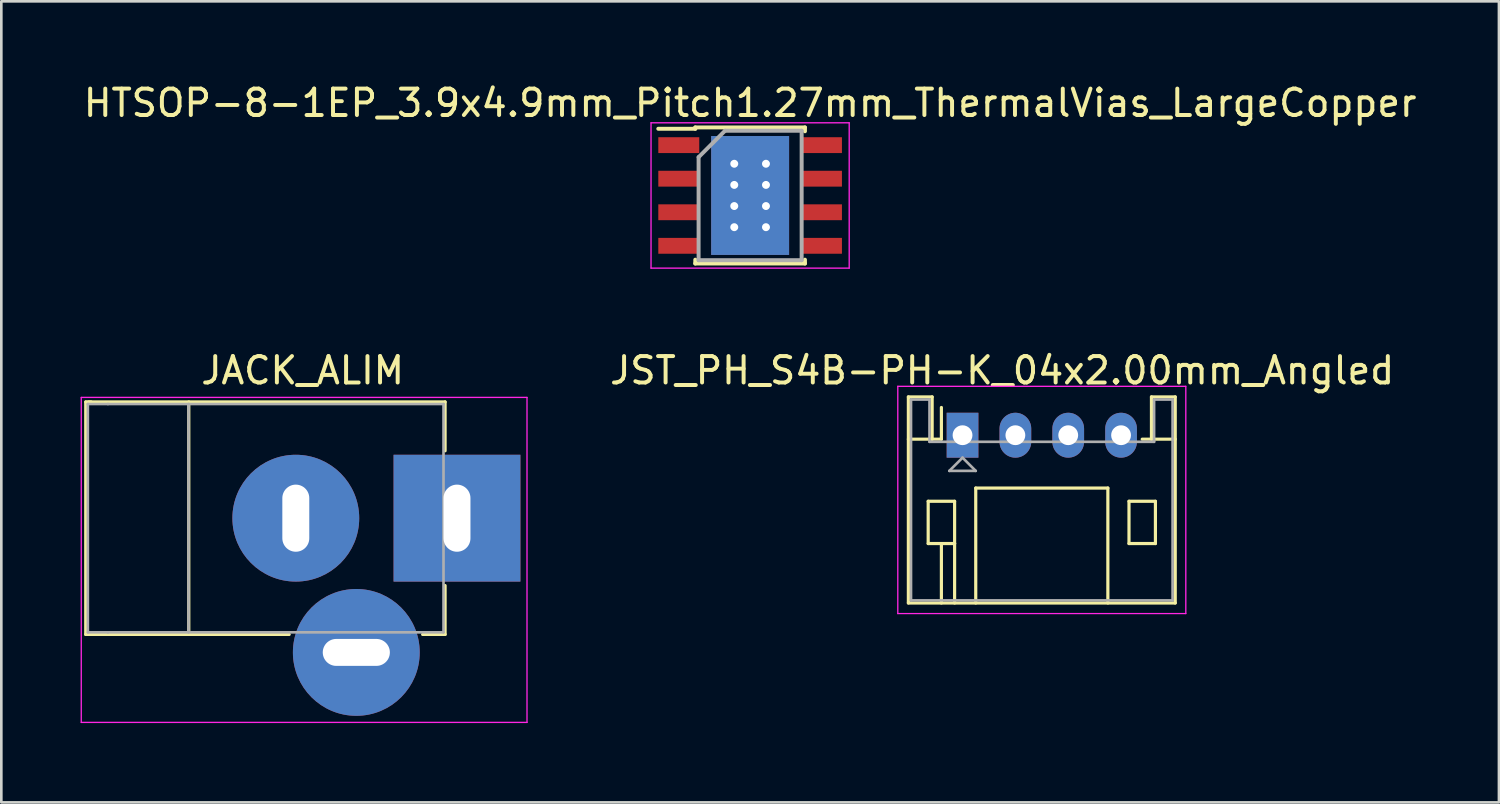
<source format=kicad_pcb>
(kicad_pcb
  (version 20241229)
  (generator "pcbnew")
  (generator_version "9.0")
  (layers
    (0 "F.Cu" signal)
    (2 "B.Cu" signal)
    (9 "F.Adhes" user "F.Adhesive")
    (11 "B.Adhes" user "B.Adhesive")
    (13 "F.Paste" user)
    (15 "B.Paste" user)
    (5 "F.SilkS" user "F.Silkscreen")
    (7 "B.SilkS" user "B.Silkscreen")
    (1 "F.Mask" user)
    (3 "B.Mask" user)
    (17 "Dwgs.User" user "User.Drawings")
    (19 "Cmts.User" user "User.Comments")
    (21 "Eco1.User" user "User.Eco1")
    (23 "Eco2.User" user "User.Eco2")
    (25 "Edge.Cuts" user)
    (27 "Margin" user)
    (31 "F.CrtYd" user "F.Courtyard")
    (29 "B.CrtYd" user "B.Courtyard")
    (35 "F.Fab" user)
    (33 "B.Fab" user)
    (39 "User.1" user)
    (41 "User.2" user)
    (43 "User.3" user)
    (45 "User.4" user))
  (footprint "JACK_ALIM"
    (layer "F.Cu")
    (at 14.245 16.561)
    (property "Reference" "JACK_ALIM" (at -5.84 -5.59 0) (layer "F.SilkS") (effects (font (size 1 1) (thickness 0.15))))
    (attr through_hole)
    (fp_line (start -14.05 -4.4) (end -13.85 -4.4) (stroke (width 0.12) (type solid)) (layer "F.SilkS"))
    (fp_line (start -14.05 4.4) (end -14.05 -4.4) (stroke (width 0.12) (type solid)) (layer "F.SilkS"))
    (fp_line (start -13.95 -4.4) (end -0.45 -4.4) (stroke (width 0.12) (type solid)) (layer "F.SilkS"))
    (fp_line (start -10.15 -4.4) (end -10.15 4.4) (stroke (width 0.12) (type solid)) (layer "F.SilkS"))
    (fp_line (start -6.35 4.4) (end -14.05 4.4) (stroke (width 0.12) (type solid)) (layer "F.SilkS"))
    (fp_line (start -0.45 -4.4) (end -0.45 -2.55) (stroke (width 0.12) (type solid)) (layer "F.SilkS"))
    (fp_line (start -0.45 2.55) (end -0.45 4.4) (stroke (width 0.12) (type solid)) (layer "F.SilkS"))
    (fp_line (start -0.45 4.4) (end -1.3 4.4) (stroke (width 0.12) (type solid)) (layer "F.SilkS"))
    (fp_line (start -14.22 -4.57) (end -14.22 7.73) (stroke (width 0.05) (type solid)) (layer "F.CrtYd"))
    (fp_line (start -14.22 -4.57) (end 2.65 -4.57) (stroke (width 0.05) (type solid)) (layer "F.CrtYd"))
    (fp_line (start 2.65 7.73) (end -14.22 7.73) (stroke (width 0.05) (type solid)) (layer "F.CrtYd"))
    (fp_line (start 2.65 7.73) (end 2.65 -4.57) (stroke (width 0.05) (type solid)) (layer "F.CrtYd"))
    (fp_line (start -13.97 -4.32) (end -13.97 4.32) (stroke (width 0.1) (type solid)) (layer "F.Fab"))
    (fp_line (start -13.97 4.32) (end -13.21 4.32) (stroke (width 0.1) (type solid)) (layer "F.Fab"))
    (fp_line (start -13.21 -4.32) (end -13.97 -4.32) (stroke (width 0.1) (type solid)) (layer "F.Fab"))
    (fp_line (start -13.21 -4.32) (end -0.51 -4.32) (stroke (width 0.1) (type solid)) (layer "F.Fab"))
    (fp_line (start -13.21 4.32) (end -0.51 4.32) (stroke (width 0.1) (type solid)) (layer "F.Fab"))
    (fp_line (start -10.16 -4.32) (end -10.16 4.32) (stroke (width 0.1) (type solid)) (layer "F.Fab"))
    (fp_line (start -0.51 -4.32) (end -0.51 4.32) (stroke (width 0.1) (type solid)) (layer "F.Fab"))
    (pad "1" thru_hole rect (at 0 0) (size 4.8 4.8) (drill oval 1.02 2.54) (layers "*.Cu" "*.Mask"))
    (pad "2" thru_hole circle (at -6.1 0) (size 4.8 4.8) (drill oval 1.02 2.54) (layers "*.Cu" "*.Mask"))
    (pad "3" thru_hole circle (at -3.81 5.08) (size 4.8 4.8) (drill oval 2.54 1.02) (layers "*.Cu" "*.Mask")))
  (footprint "HTSOP-8-1EP_3.9x4.9mm_Pitch1.27mm_ThermalVias_LargeCopper"
    (layer "F.Cu")
    (at 25.339 4.348)
    (property "Reference" "HTSOP-8-1EP_3.9x4.9mm_Pitch1.27mm_ThermalVias_LargeCopper" (at 0 -3.5 0) (layer "F.SilkS") (effects (font (size 1 1) (thickness 0.15))))
    (attr smd)
    (fp_line (start -2.075 -2.575) (end -2.075 -2.525) (stroke (width 0.15) (type solid)) (layer "F.SilkS"))
    (fp_line (start -2.075 -2.575) (end 2.075 -2.575) (stroke (width 0.15) (type solid)) (layer "F.SilkS"))
    (fp_line (start -2.075 -2.525) (end -3.475 -2.525) (stroke (width 0.15) (type solid)) (layer "F.SilkS"))
    (fp_line (start -2.075 2.575) (end -2.075 2.43) (stroke (width 0.15) (type solid)) (layer "F.SilkS"))
    (fp_line (start -2.075 2.575) (end 2.075 2.575) (stroke (width 0.15) (type solid)) (layer "F.SilkS"))
    (fp_line (start 2.075 -2.575) (end 2.075 -2.43) (stroke (width 0.15) (type solid)) (layer "F.SilkS"))
    (fp_line (start 2.075 2.575) (end 2.075 2.43) (stroke (width 0.15) (type solid)) (layer "F.SilkS"))
    (fp_line (start -3.75 -2.75) (end -3.75 2.75) (stroke (width 0.05) (type solid)) (layer "F.CrtYd"))
    (fp_line (start -3.75 -2.75) (end 3.75 -2.75) (stroke (width 0.05) (type solid)) (layer "F.CrtYd"))
    (fp_line (start -3.75 2.75) (end 3.75 2.75) (stroke (width 0.05) (type solid)) (layer "F.CrtYd"))
    (fp_line (start 3.75 -2.75) (end 3.75 2.75) (stroke (width 0.05) (type solid)) (layer "F.CrtYd"))
    (fp_line (start -1.95 -1.45) (end -0.95 -2.45) (stroke (width 0.15) (type solid)) (layer "F.Fab"))
    (fp_line (start -1.95 2.45) (end -1.95 -1.45) (stroke (width 0.15) (type solid)) (layer "F.Fab"))
    (fp_line (start -0.95 -2.45) (end 1.95 -2.45) (stroke (width 0.15) (type solid)) (layer "F.Fab"))
    (fp_line (start 1.95 -2.45) (end 1.95 2.45) (stroke (width 0.15) (type solid)) (layer "F.Fab"))
    (fp_line (start 1.95 2.45) (end -1.95 2.45) (stroke (width 0.15) (type solid)) (layer "F.Fab"))
    (pad "1" smd rect (at -2.7 -1.905) (size 1.55 0.6) (layers "F.Cu" "F.Mask" "F.Paste"))
    (pad "2" smd rect (at -2.7 -0.635) (size 1.55 0.6) (layers "F.Cu" "F.Mask" "F.Paste"))
    (pad "3" smd rect (at -2.7 0.635) (size 1.55 0.6) (layers "F.Cu" "F.Mask" "F.Paste"))
    (pad "4" smd rect (at -2.7 1.905) (size 1.55 0.6) (layers "F.Cu" "F.Mask" "F.Paste"))
    (pad "5" smd rect (at 2.7 1.905) (size 1.55 0.6) (layers "F.Cu" "F.Mask" "F.Paste"))
    (pad "6" smd rect (at 2.7 0.635) (size 1.55 0.6) (layers "F.Cu" "F.Mask" "F.Paste"))
    (pad "7" smd rect (at 2.7 -0.635) (size 1.55 0.6) (layers "F.Cu" "F.Mask" "F.Paste"))
    (pad "8" smd rect (at 2.7 -1.905) (size 1.55 0.6) (layers "F.Cu" "F.Mask" "F.Paste"))
    (pad "9" thru_hole circle (at -0.6 -1.2) (size 0.6 0.6) (drill 0.3) (layers "*.Cu"))
    (pad "9" smd rect (at -0.6 -0.8) (size 1.2 1.6) (layers "F.Cu" "F.Mask" "F.Paste"))
    (pad "9" thru_hole circle (at -0.6 -0.4) (size 0.6 0.6) (drill 0.3) (layers "*.Cu"))
    (pad "9" thru_hole circle (at -0.6 0.4) (size 0.6 0.6) (drill 0.3) (layers "*.Cu"))
    (pad "9" smd rect (at -0.6 0.8) (size 1.2 1.6) (layers "F.Cu" "F.Mask" "F.Paste"))
    (pad "9" thru_hole circle (at -0.6 1.2) (size 0.6 0.6) (drill 0.3) (layers "*.Cu"))
    (pad "9" smd rect (at 0 0) (size 2.95 4.5) (layers "F.Cu"))
    (pad "9" smd rect (at 0 0) (size 2.95 4.5) (layers "B.Cu"))
    (pad "9" thru_hole circle (at 0.6 -1.2) (size 0.6 0.6) (drill 0.3) (layers "*.Cu"))
    (pad "9" smd rect (at 0.6 -0.8) (size 1.2 1.6) (layers "F.Cu" "F.Mask" "F.Paste"))
    (pad "9" thru_hole circle (at 0.6 -0.4) (size 0.6 0.6) (drill 0.3) (layers "*.Cu"))
    (pad "9" thru_hole circle (at 0.6 0.4) (size 0.6 0.6) (drill 0.3) (layers "*.Cu"))
    (pad "9" smd rect (at 0.6 0.8) (size 1.2 1.6) (layers "F.Cu" "F.Mask" "F.Paste"))
    (pad "9" thru_hole circle (at 0.6 1.2) (size 0.6 0.6) (drill 0.3) (layers "*.Cu")))
  (footprint "JST_PH_S4B-PH-K_04x2.00mm_Angled"
    (layer "F.Cu")
    (at 33.378 13.421)
    (property "Reference" "JST_PH_S4B-PH-K_04x2.00mm_Angled" (at 1.5 -2.45 0) (layer "F.SilkS") (effects (font (size 1 1) (thickness 0.15))))
    (attr through_hole)
    (fp_line (start -2.05 -1.45) (end -2.05 6.35) (stroke (width 0.12) (type solid)) (layer "F.SilkS"))
    (fp_line (start -2.05 0.15) (end -1.15 0.15) (stroke (width 0.12) (type solid)) (layer "F.SilkS"))
    (fp_line (start -2.05 6.35) (end 8.05 6.35) (stroke (width 0.12) (type solid)) (layer "F.SilkS"))
    (fp_line (start -1.3 2.5) (end -1.3 4.1) (stroke (width 0.12) (type solid)) (layer "F.SilkS"))
    (fp_line (start -1.3 4.1) (end -0.3 4.1) (stroke (width 0.12) (type solid)) (layer "F.SilkS"))
    (fp_line (start -1.15 -1.45) (end -2.05 -1.45) (stroke (width 0.12) (type solid)) (layer "F.SilkS"))
    (fp_line (start -1.15 0.15) (end -1.15 -1.45) (stroke (width 0.12) (type solid)) (layer "F.SilkS"))
    (fp_line (start -0.8 0.15) (end -1.15 0.15) (stroke (width 0.12) (type solid)) (layer "F.SilkS"))
    (fp_line (start -0.8 0.15) (end -0.8 -1.05) (stroke (width 0.12) (type solid)) (layer "F.SilkS"))
    (fp_line (start -0.8 4.1) (end -0.8 6.35) (stroke (width 0.12) (type solid)) (layer "F.SilkS"))
    (fp_line (start -0.3 2.5) (end -1.3 2.5) (stroke (width 0.12) (type solid)) (layer "F.SilkS"))
    (fp_line (start -0.3 4.1) (end -0.3 2.5) (stroke (width 0.12) (type solid)) (layer "F.SilkS"))
    (fp_line (start -0.3 4.1) (end -0.3 6.35) (stroke (width 0.12) (type solid)) (layer "F.SilkS"))
    (fp_line (start 0.5 2) (end 5.5 2) (stroke (width 0.12) (type solid)) (layer "F.SilkS"))
    (fp_line (start 0.5 6.35) (end 0.5 2) (stroke (width 0.12) (type solid)) (layer "F.SilkS"))
    (fp_line (start 5.5 2) (end 5.5 6.35) (stroke (width 0.12) (type solid)) (layer "F.SilkS"))
    (fp_line (start 6.3 2.5) (end 7.3 2.5) (stroke (width 0.12) (type solid)) (layer "F.SilkS"))
    (fp_line (start 6.3 4.1) (end 6.3 2.5) (stroke (width 0.12) (type solid)) (layer "F.SilkS"))
    (fp_line (start 7.15 -1.45) (end 7.15 0.15) (stroke (width 0.12) (type solid)) (layer "F.SilkS"))
    (fp_line (start 7.15 0.15) (end 6.8 0.15) (stroke (width 0.12) (type solid)) (layer "F.SilkS"))
    (fp_line (start 7.3 2.5) (end 7.3 4.1) (stroke (width 0.12) (type solid)) (layer "F.SilkS"))
    (fp_line (start 7.3 4.1) (end 6.3 4.1) (stroke (width 0.12) (type solid)) (layer "F.SilkS"))
    (fp_line (start 8.05 -1.45) (end 7.15 -1.45) (stroke (width 0.12) (type solid)) (layer "F.SilkS"))
    (fp_line (start 8.05 0.15) (end 7.15 0.15) (stroke (width 0.12) (type solid)) (layer "F.SilkS"))
    (fp_line (start 8.05 6.35) (end 8.05 -1.45) (stroke (width 0.12) (type solid)) (layer "F.SilkS"))
    (fp_line (start -2.45 -1.85) (end -2.45 6.75) (stroke (width 0.05) (type solid)) (layer "F.CrtYd"))
    (fp_line (start -2.45 6.75) (end 8.45 6.75) (stroke (width 0.05) (type solid)) (layer "F.CrtYd"))
    (fp_line (start 8.45 -1.85) (end -2.45 -1.85) (stroke (width 0.05) (type solid)) (layer "F.CrtYd"))
    (fp_line (start 8.45 6.75) (end 8.45 -1.85) (stroke (width 0.05) (type solid)) (layer "F.CrtYd"))
    (fp_line (start -1.95 -1.35) (end -1.95 6.25) (stroke (width 0.1) (type solid)) (layer "F.Fab"))
    (fp_line (start -1.95 6.25) (end 7.95 6.25) (stroke (width 0.1) (type solid)) (layer "F.Fab"))
    (fp_line (start -1.25 -1.35) (end -1.95 -1.35) (stroke (width 0.1) (type solid)) (layer "F.Fab"))
    (fp_line (start -1.25 0.25) (end -1.25 -1.35) (stroke (width 0.1) (type solid)) (layer "F.Fab"))
    (fp_line (start -0.5 1.35) (end 0.5 1.35) (stroke (width 0.1) (type solid)) (layer "F.Fab"))
    (fp_line (start 0 0.85) (end -0.5 1.35) (stroke (width 0.1) (type solid)) (layer "F.Fab"))
    (fp_line (start 0.5 1.35) (end 0 0.85) (stroke (width 0.1) (type solid)) (layer "F.Fab"))
    (fp_line (start 7.25 -1.35) (end 7.25 0.25) (stroke (width 0.1) (type solid)) (layer "F.Fab"))
    (fp_line (start 7.25 0.25) (end -1.25 0.25) (stroke (width 0.1) (type solid)) (layer "F.Fab"))
    (fp_line (start 7.95 -1.35) (end 7.25 -1.35) (stroke (width 0.1) (type solid)) (layer "F.Fab"))
    (fp_line (start 7.95 6.25) (end 7.95 -1.35) (stroke (width 0.1) (type solid)) (layer "F.Fab"))
    (pad "1" thru_hole rect (at 0 0) (size 1.2 1.7) (drill 0.75) (layers "*.Cu" "*.Mask"))
    (pad "2" thru_hole oval (at 2 0) (size 1.2 1.7) (drill 0.75) (layers "*.Cu" "*.Mask"))
    (pad "3" thru_hole oval (at 4 0) (size 1.2 1.7) (drill 0.75) (layers "*.Cu" "*.Mask"))
    (pad "4" thru_hole oval (at 6 0) (size 1.2 1.7) (drill 0.75) (layers "*.Cu" "*.Mask")))
  (gr_rect
    (start -3 -3)
    (end 53.679 27.317)
    (stroke (width 0.1) (type default))
    (fill no)
    (layer "Edge.Cuts")))
</source>
